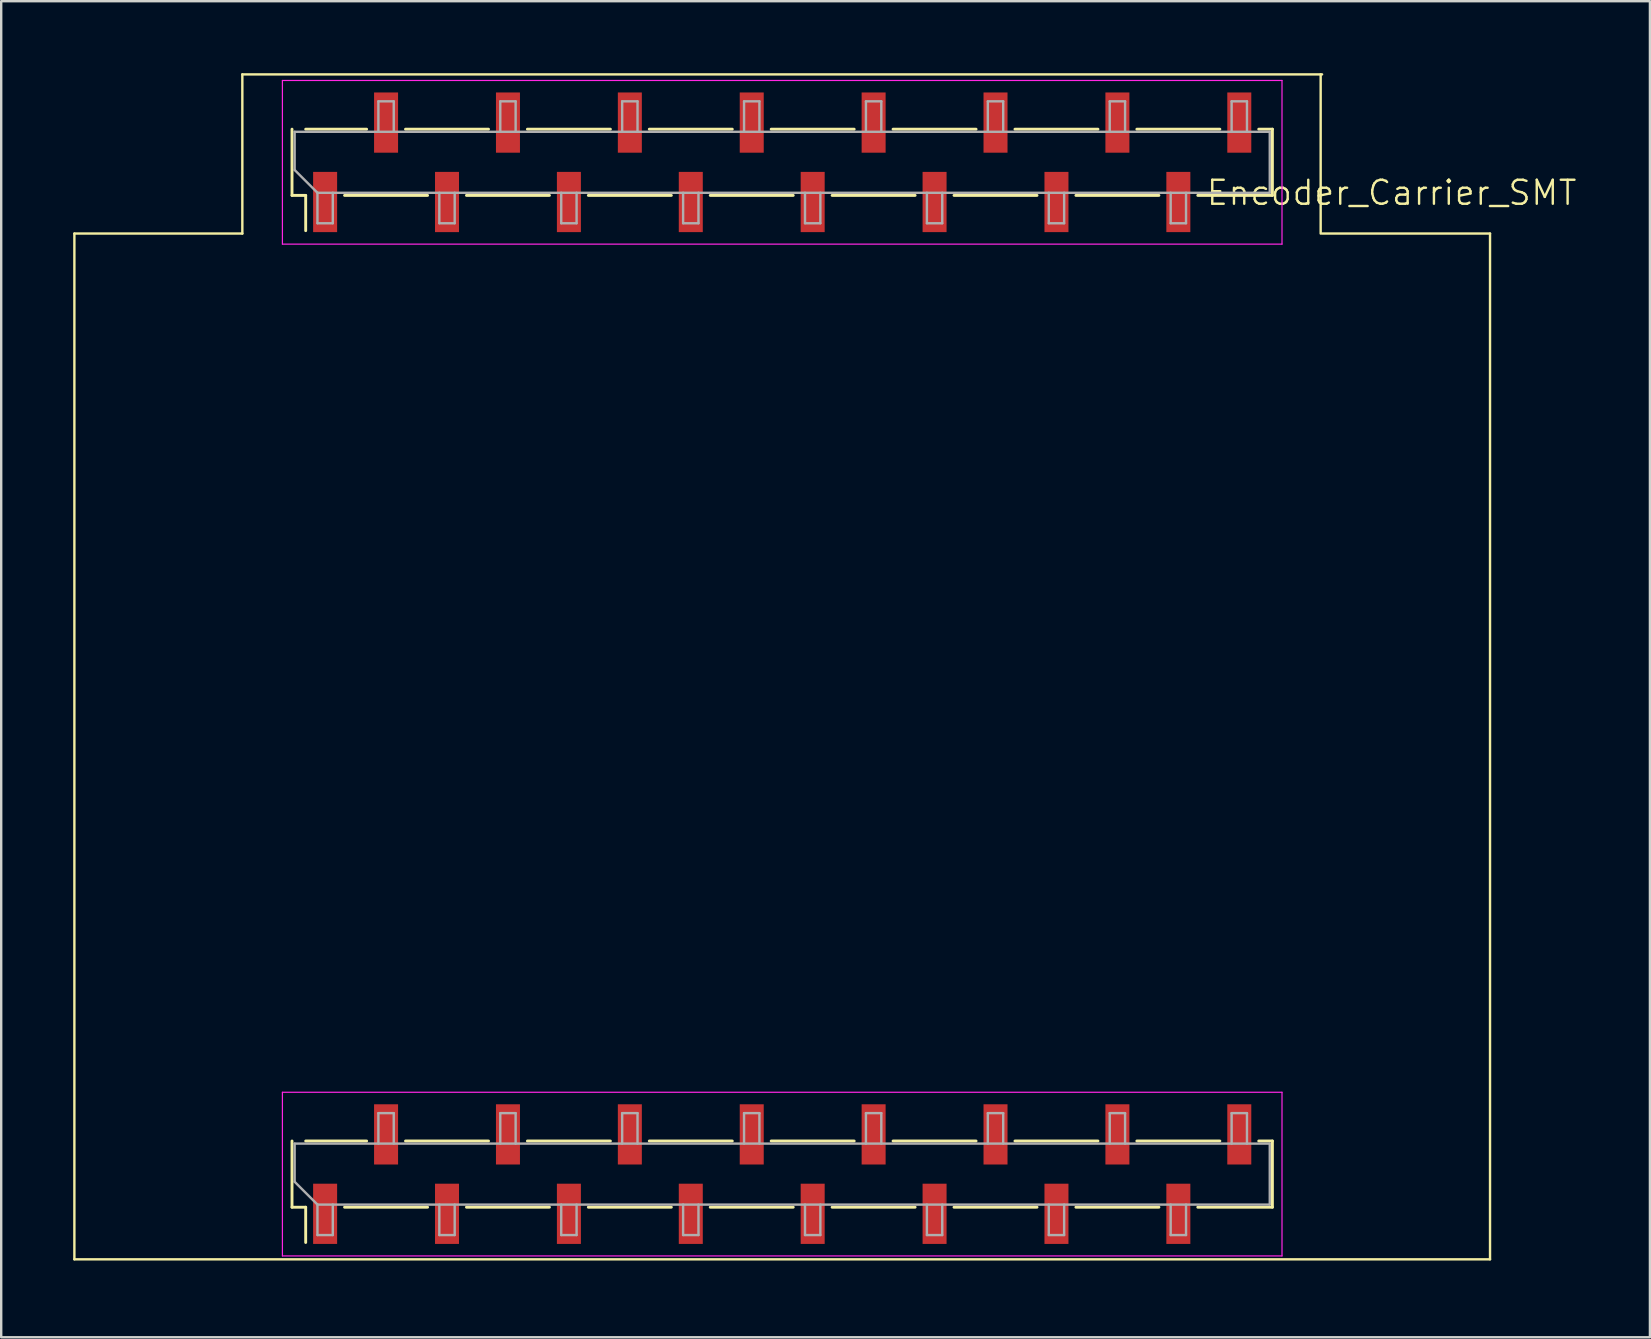
<source format=kicad_pcb>
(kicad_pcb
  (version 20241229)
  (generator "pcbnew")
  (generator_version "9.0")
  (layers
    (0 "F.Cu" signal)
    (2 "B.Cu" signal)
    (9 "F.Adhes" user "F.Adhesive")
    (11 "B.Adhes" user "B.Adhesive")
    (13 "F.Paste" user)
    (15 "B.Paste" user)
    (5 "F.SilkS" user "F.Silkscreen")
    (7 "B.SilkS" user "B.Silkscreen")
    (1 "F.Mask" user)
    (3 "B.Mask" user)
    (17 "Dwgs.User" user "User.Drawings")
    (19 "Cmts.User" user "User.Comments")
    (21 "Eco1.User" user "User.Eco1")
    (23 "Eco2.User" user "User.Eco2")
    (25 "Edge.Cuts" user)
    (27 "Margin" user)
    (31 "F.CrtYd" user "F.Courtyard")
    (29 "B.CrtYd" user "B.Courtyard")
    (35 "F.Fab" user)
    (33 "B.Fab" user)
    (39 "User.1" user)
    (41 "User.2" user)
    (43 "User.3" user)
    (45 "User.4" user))
  (footprint "Encoder_Carrier_SMT"
    (layer "F.Cu")
    (at 29.55 49.434)
    (property "Reference" "Encoder_Carrier_SMT" (at 25.4 -44.45 0) (unlocked yes) (layer "F.SilkS") (effects (font (size 1 1) (thickness 0.1))))
    (fp_line (start -29.5 -42.75) (end -22.5 -42.75) (stroke (width 0.1) (type default)) (layer "F.SilkS"))
    (fp_line (start -29.5 0) (end -29.5 -42.75) (stroke (width 0.1) (type default)) (layer "F.SilkS"))
    (fp_line (start -29.5 0) (end 29.5 0) (stroke (width 0.1) (type default)) (layer "F.SilkS"))
    (fp_line (start -22.5 -42.75) (end -22.5 -49.384) (stroke (width 0.1) (type default)) (layer "F.SilkS"))
    (fp_line (start -20.43 -44.34) (end -20.43 -47.1) (stroke (width 0.12) (type solid)) (layer "F.SilkS"))
    (fp_line (start -20.43 -44.34) (end -19.86 -44.34) (stroke (width 0.12) (type solid)) (layer "F.SilkS"))
    (fp_line (start -20.43 -2.171) (end -20.43 -4.931) (stroke (width 0.12) (type solid)) (layer "F.SilkS"))
    (fp_line (start -20.43 -2.171) (end -19.86 -2.171) (stroke (width 0.12) (type solid)) (layer "F.SilkS"))
    (fp_line (start -19.86 -47.1) (end -17.32 -47.1) (stroke (width 0.12) (type solid)) (layer "F.SilkS"))
    (fp_line (start -19.86 -44.34) (end -19.86 -42.87) (stroke (width 0.12) (type solid)) (layer "F.SilkS"))
    (fp_line (start -19.86 -4.931) (end -17.32 -4.931) (stroke (width 0.12) (type solid)) (layer "F.SilkS"))
    (fp_line (start -19.86 -2.171) (end -19.86 -0.701) (stroke (width 0.12) (type solid)) (layer "F.SilkS"))
    (fp_line (start -18.24 -44.34) (end -14.78 -44.34) (stroke (width 0.12) (type solid)) (layer "F.SilkS"))
    (fp_line (start -18.24 -2.171) (end -14.78 -2.171) (stroke (width 0.12) (type solid)) (layer "F.SilkS"))
    (fp_line (start -15.7 -47.1) (end -12.24 -47.1) (stroke (width 0.12) (type solid)) (layer "F.SilkS"))
    (fp_line (start -15.7 -4.931) (end -12.24 -4.931) (stroke (width 0.12) (type solid)) (layer "F.SilkS"))
    (fp_line (start -13.16 -44.34) (end -9.7 -44.34) (stroke (width 0.12) (type solid)) (layer "F.SilkS"))
    (fp_line (start -13.16 -2.171) (end -9.7 -2.171) (stroke (width 0.12) (type solid)) (layer "F.SilkS"))
    (fp_line (start -10.62 -47.1) (end -7.16 -47.1) (stroke (width 0.12) (type solid)) (layer "F.SilkS"))
    (fp_line (start -10.62 -4.931) (end -7.16 -4.931) (stroke (width 0.12) (type solid)) (layer "F.SilkS"))
    (fp_line (start -8.08 -44.34) (end -4.62 -44.34) (stroke (width 0.12) (type solid)) (layer "F.SilkS"))
    (fp_line (start -8.08 -2.171) (end -4.62 -2.171) (stroke (width 0.12) (type solid)) (layer "F.SilkS"))
    (fp_line (start -5.54 -47.1) (end -2.08 -47.1) (stroke (width 0.12) (type solid)) (layer "F.SilkS"))
    (fp_line (start -5.54 -4.931) (end -2.08 -4.931) (stroke (width 0.12) (type solid)) (layer "F.SilkS"))
    (fp_line (start -3 -44.34) (end 0.46 -44.34) (stroke (width 0.12) (type solid)) (layer "F.SilkS"))
    (fp_line (start -3 -2.171) (end 0.46 -2.171) (stroke (width 0.12) (type solid)) (layer "F.SilkS"))
    (fp_line (start -0.46 -47.1) (end 3 -47.1) (stroke (width 0.12) (type solid)) (layer "F.SilkS"))
    (fp_line (start -0.46 -4.931) (end 3 -4.931) (stroke (width 0.12) (type solid)) (layer "F.SilkS"))
    (fp_line (start 2.08 -44.34) (end 5.54 -44.34) (stroke (width 0.12) (type solid)) (layer "F.SilkS"))
    (fp_line (start 2.08 -2.171) (end 5.54 -2.171) (stroke (width 0.12) (type solid)) (layer "F.SilkS"))
    (fp_line (start 4.62 -47.1) (end 8.08 -47.1) (stroke (width 0.12) (type solid)) (layer "F.SilkS"))
    (fp_line (start 4.62 -4.931) (end 8.08 -4.931) (stroke (width 0.12) (type solid)) (layer "F.SilkS"))
    (fp_line (start 7.16 -44.34) (end 10.62 -44.34) (stroke (width 0.12) (type solid)) (layer "F.SilkS"))
    (fp_line (start 7.16 -2.171) (end 10.62 -2.171) (stroke (width 0.12) (type solid)) (layer "F.SilkS"))
    (fp_line (start 9.7 -47.1) (end 13.16 -47.1) (stroke (width 0.12) (type solid)) (layer "F.SilkS"))
    (fp_line (start 9.7 -4.931) (end 13.16 -4.931) (stroke (width 0.12) (type solid)) (layer "F.SilkS"))
    (fp_line (start 12.24 -44.34) (end 15.7 -44.34) (stroke (width 0.12) (type solid)) (layer "F.SilkS"))
    (fp_line (start 12.24 -2.171) (end 15.7 -2.171) (stroke (width 0.12) (type solid)) (layer "F.SilkS"))
    (fp_line (start 14.78 -47.1) (end 18.24 -47.1) (stroke (width 0.12) (type solid)) (layer "F.SilkS"))
    (fp_line (start 14.78 -4.931) (end 18.24 -4.931) (stroke (width 0.12) (type solid)) (layer "F.SilkS"))
    (fp_line (start 17.32 -44.34) (end 20.43 -44.34) (stroke (width 0.12) (type solid)) (layer "F.SilkS"))
    (fp_line (start 17.32 -2.171) (end 20.43 -2.171) (stroke (width 0.12) (type solid)) (layer "F.SilkS"))
    (fp_line (start 19.86 -47.1) (end 20.43 -47.1) (stroke (width 0.12) (type solid)) (layer "F.SilkS"))
    (fp_line (start 19.86 -4.931) (end 20.43 -4.931) (stroke (width 0.12) (type solid)) (layer "F.SilkS"))
    (fp_line (start 20.43 -44.34) (end 20.43 -47.1) (stroke (width 0.12) (type solid)) (layer "F.SilkS"))
    (fp_line (start 20.43 -2.171) (end 20.43 -4.931) (stroke (width 0.12) (type solid)) (layer "F.SilkS"))
    (fp_line (start 22.441 -49.384) (end 22.441 -42.75) (stroke (width 0.1) (type default)) (layer "F.SilkS"))
    (fp_line (start 22.5 -49.384) (end -22.5 -49.384) (stroke (width 0.1) (type default)) (layer "F.SilkS"))
    (fp_line (start 22.5 -42.75) (end 29.5 -42.75) (stroke (width 0.1) (type default)) (layer "F.SilkS"))
    (fp_line (start 29.5 -42.75) (end 29.5 0) (stroke (width 0.1) (type default)) (layer "F.SilkS"))
    (fp_line (start -20.83 -49.13) (end -20.83 -42.31) (stroke (width 0.05) (type solid)) (layer "F.CrtYd"))
    (fp_line (start -20.83 -42.31) (end 20.83 -42.31) (stroke (width 0.05) (type solid)) (layer "F.CrtYd"))
    (fp_line (start -20.83 -6.961) (end -20.83 -0.141) (stroke (width 0.05) (type solid)) (layer "F.CrtYd"))
    (fp_line (start -20.83 -0.141) (end 20.83 -0.141) (stroke (width 0.05) (type solid)) (layer "F.CrtYd"))
    (fp_line (start 20.83 -49.13) (end -20.83 -49.13) (stroke (width 0.05) (type solid)) (layer "F.CrtYd"))
    (fp_line (start 20.83 -42.31) (end 20.83 -49.13) (stroke (width 0.05) (type solid)) (layer "F.CrtYd"))
    (fp_line (start 20.83 -6.961) (end -20.83 -6.961) (stroke (width 0.05) (type solid)) (layer "F.CrtYd"))
    (fp_line (start 20.83 -0.141) (end 20.83 -6.961) (stroke (width 0.05) (type solid)) (layer "F.CrtYd"))
    (fp_line (start -20.32 -46.99) (end 20.32 -46.99) (stroke (width 0.1) (type solid)) (layer "F.Fab"))
    (fp_line (start -20.32 -45.4) (end -20.32 -46.99) (stroke (width 0.1) (type solid)) (layer "F.Fab"))
    (fp_line (start -20.32 -4.821) (end 20.32 -4.821) (stroke (width 0.1) (type solid)) (layer "F.Fab"))
    (fp_line (start -20.32 -3.231) (end -20.32 -4.821) (stroke (width 0.1) (type solid)) (layer "F.Fab"))
    (fp_line (start -19.37 -44.45) (end -20.32 -45.4) (stroke (width 0.1) (type solid)) (layer "F.Fab"))
    (fp_line (start -19.37 -44.45) (end -19.37 -43.18) (stroke (width 0.1) (type solid)) (layer "F.Fab"))
    (fp_line (start -19.37 -43.18) (end -18.73 -43.18) (stroke (width 0.1) (type solid)) (layer "F.Fab"))
    (fp_line (start -19.37 -2.281) (end -20.32 -3.231) (stroke (width 0.1) (type solid)) (layer "F.Fab"))
    (fp_line (start -19.37 -2.281) (end -19.37 -1.011) (stroke (width 0.1) (type solid)) (layer "F.Fab"))
    (fp_line (start -19.37 -1.011) (end -18.73 -1.011) (stroke (width 0.1) (type solid)) (layer "F.Fab"))
    (fp_line (start -18.73 -43.18) (end -18.73 -44.45) (stroke (width 0.1) (type solid)) (layer "F.Fab"))
    (fp_line (start -18.73 -1.011) (end -18.73 -2.281) (stroke (width 0.1) (type solid)) (layer "F.Fab"))
    (fp_line (start -16.83 -48.26) (end -16.19 -48.26) (stroke (width 0.1) (type solid)) (layer "F.Fab"))
    (fp_line (start -16.83 -46.99) (end -16.83 -48.26) (stroke (width 0.1) (type solid)) (layer "F.Fab"))
    (fp_line (start -16.83 -6.091) (end -16.19 -6.091) (stroke (width 0.1) (type solid)) (layer "F.Fab"))
    (fp_line (start -16.83 -4.821) (end -16.83 -6.091) (stroke (width 0.1) (type solid)) (layer "F.Fab"))
    (fp_line (start -16.19 -48.26) (end -16.19 -46.99) (stroke (width 0.1) (type solid)) (layer "F.Fab"))
    (fp_line (start -16.19 -6.091) (end -16.19 -4.821) (stroke (width 0.1) (type solid)) (layer "F.Fab"))
    (fp_line (start -14.29 -44.45) (end -14.29 -43.18) (stroke (width 0.1) (type solid)) (layer "F.Fab"))
    (fp_line (start -14.29 -43.18) (end -13.65 -43.18) (stroke (width 0.1) (type solid)) (layer "F.Fab"))
    (fp_line (start -14.29 -2.281) (end -14.29 -1.011) (stroke (width 0.1) (type solid)) (layer "F.Fab"))
    (fp_line (start -14.29 -1.011) (end -13.65 -1.011) (stroke (width 0.1) (type solid)) (layer "F.Fab"))
    (fp_line (start -13.65 -43.18) (end -13.65 -44.45) (stroke (width 0.1) (type solid)) (layer "F.Fab"))
    (fp_line (start -13.65 -1.011) (end -13.65 -2.281) (stroke (width 0.1) (type solid)) (layer "F.Fab"))
    (fp_line (start -11.75 -48.26) (end -11.11 -48.26) (stroke (width 0.1) (type solid)) (layer "F.Fab"))
    (fp_line (start -11.75 -46.99) (end -11.75 -48.26) (stroke (width 0.1) (type solid)) (layer "F.Fab"))
    (fp_line (start -11.75 -6.091) (end -11.11 -6.091) (stroke (width 0.1) (type solid)) (layer "F.Fab"))
    (fp_line (start -11.75 -4.821) (end -11.75 -6.091) (stroke (width 0.1) (type solid)) (layer "F.Fab"))
    (fp_line (start -11.11 -48.26) (end -11.11 -46.99) (stroke (width 0.1) (type solid)) (layer "F.Fab"))
    (fp_line (start -11.11 -6.091) (end -11.11 -4.821) (stroke (width 0.1) (type solid)) (layer "F.Fab"))
    (fp_line (start -9.21 -44.45) (end -9.21 -43.18) (stroke (width 0.1) (type solid)) (layer "F.Fab"))
    (fp_line (start -9.21 -43.18) (end -8.57 -43.18) (stroke (width 0.1) (type solid)) (layer "F.Fab"))
    (fp_line (start -9.21 -2.281) (end -9.21 -1.011) (stroke (width 0.1) (type solid)) (layer "F.Fab"))
    (fp_line (start -9.21 -1.011) (end -8.57 -1.011) (stroke (width 0.1) (type solid)) (layer "F.Fab"))
    (fp_line (start -8.57 -43.18) (end -8.57 -44.45) (stroke (width 0.1) (type solid)) (layer "F.Fab"))
    (fp_line (start -8.57 -1.011) (end -8.57 -2.281) (stroke (width 0.1) (type solid)) (layer "F.Fab"))
    (fp_line (start -6.67 -48.26) (end -6.03 -48.26) (stroke (width 0.1) (type solid)) (layer "F.Fab"))
    (fp_line (start -6.67 -46.99) (end -6.67 -48.26) (stroke (width 0.1) (type solid)) (layer "F.Fab"))
    (fp_line (start -6.67 -6.091) (end -6.03 -6.091) (stroke (width 0.1) (type solid)) (layer "F.Fab"))
    (fp_line (start -6.67 -4.821) (end -6.67 -6.091) (stroke (width 0.1) (type solid)) (layer "F.Fab"))
    (fp_line (start -6.03 -48.26) (end -6.03 -46.99) (stroke (width 0.1) (type solid)) (layer "F.Fab"))
    (fp_line (start -6.03 -6.091) (end -6.03 -4.821) (stroke (width 0.1) (type solid)) (layer "F.Fab"))
    (fp_line (start -4.13 -44.45) (end -4.13 -43.18) (stroke (width 0.1) (type solid)) (layer "F.Fab"))
    (fp_line (start -4.13 -43.18) (end -3.49 -43.18) (stroke (width 0.1) (type solid)) (layer "F.Fab"))
    (fp_line (start -4.13 -2.281) (end -4.13 -1.011) (stroke (width 0.1) (type solid)) (layer "F.Fab"))
    (fp_line (start -4.13 -1.011) (end -3.49 -1.011) (stroke (width 0.1) (type solid)) (layer "F.Fab"))
    (fp_line (start -3.49 -43.18) (end -3.49 -44.45) (stroke (width 0.1) (type solid)) (layer "F.Fab"))
    (fp_line (start -3.49 -1.011) (end -3.49 -2.281) (stroke (width 0.1) (type solid)) (layer "F.Fab"))
    (fp_line (start -1.59 -48.26) (end -0.95 -48.26) (stroke (width 0.1) (type solid)) (layer "F.Fab"))
    (fp_line (start -1.59 -46.99) (end -1.59 -48.26) (stroke (width 0.1) (type solid)) (layer "F.Fab"))
    (fp_line (start -1.59 -6.091) (end -0.95 -6.091) (stroke (width 0.1) (type solid)) (layer "F.Fab"))
    (fp_line (start -1.59 -4.821) (end -1.59 -6.091) (stroke (width 0.1) (type solid)) (layer "F.Fab"))
    (fp_line (start -0.95 -48.26) (end -0.95 -46.99) (stroke (width 0.1) (type solid)) (layer "F.Fab"))
    (fp_line (start -0.95 -6.091) (end -0.95 -4.821) (stroke (width 0.1) (type solid)) (layer "F.Fab"))
    (fp_line (start 0.95 -44.45) (end 0.95 -43.18) (stroke (width 0.1) (type solid)) (layer "F.Fab"))
    (fp_line (start 0.95 -43.18) (end 1.59 -43.18) (stroke (width 0.1) (type solid)) (layer "F.Fab"))
    (fp_line (start 0.95 -2.281) (end 0.95 -1.011) (stroke (width 0.1) (type solid)) (layer "F.Fab"))
    (fp_line (start 0.95 -1.011) (end 1.59 -1.011) (stroke (width 0.1) (type solid)) (layer "F.Fab"))
    (fp_line (start 1.59 -43.18) (end 1.59 -44.45) (stroke (width 0.1) (type solid)) (layer "F.Fab"))
    (fp_line (start 1.59 -1.011) (end 1.59 -2.281) (stroke (width 0.1) (type solid)) (layer "F.Fab"))
    (fp_line (start 3.49 -48.26) (end 4.13 -48.26) (stroke (width 0.1) (type solid)) (layer "F.Fab"))
    (fp_line (start 3.49 -46.99) (end 3.49 -48.26) (stroke (width 0.1) (type solid)) (layer "F.Fab"))
    (fp_line (start 3.49 -6.091) (end 4.13 -6.091) (stroke (width 0.1) (type solid)) (layer "F.Fab"))
    (fp_line (start 3.49 -4.821) (end 3.49 -6.091) (stroke (width 0.1) (type solid)) (layer "F.Fab"))
    (fp_line (start 4.13 -48.26) (end 4.13 -46.99) (stroke (width 0.1) (type solid)) (layer "F.Fab"))
    (fp_line (start 4.13 -6.091) (end 4.13 -4.821) (stroke (width 0.1) (type solid)) (layer "F.Fab"))
    (fp_line (start 6.03 -44.45) (end 6.03 -43.18) (stroke (width 0.1) (type solid)) (layer "F.Fab"))
    (fp_line (start 6.03 -43.18) (end 6.67 -43.18) (stroke (width 0.1) (type solid)) (layer "F.Fab"))
    (fp_line (start 6.03 -2.281) (end 6.03 -1.011) (stroke (width 0.1) (type solid)) (layer "F.Fab"))
    (fp_line (start 6.03 -1.011) (end 6.67 -1.011) (stroke (width 0.1) (type solid)) (layer "F.Fab"))
    (fp_line (start 6.67 -43.18) (end 6.67 -44.45) (stroke (width 0.1) (type solid)) (layer "F.Fab"))
    (fp_line (start 6.67 -1.011) (end 6.67 -2.281) (stroke (width 0.1) (type solid)) (layer "F.Fab"))
    (fp_line (start 8.57 -48.26) (end 9.21 -48.26) (stroke (width 0.1) (type solid)) (layer "F.Fab"))
    (fp_line (start 8.57 -46.99) (end 8.57 -48.26) (stroke (width 0.1) (type solid)) (layer "F.Fab"))
    (fp_line (start 8.57 -6.091) (end 9.21 -6.091) (stroke (width 0.1) (type solid)) (layer "F.Fab"))
    (fp_line (start 8.57 -4.821) (end 8.57 -6.091) (stroke (width 0.1) (type solid)) (layer "F.Fab"))
    (fp_line (start 9.21 -48.26) (end 9.21 -46.99) (stroke (width 0.1) (type solid)) (layer "F.Fab"))
    (fp_line (start 9.21 -6.091) (end 9.21 -4.821) (stroke (width 0.1) (type solid)) (layer "F.Fab"))
    (fp_line (start 11.11 -44.45) (end 11.11 -43.18) (stroke (width 0.1) (type solid)) (layer "F.Fab"))
    (fp_line (start 11.11 -43.18) (end 11.75 -43.18) (stroke (width 0.1) (type solid)) (layer "F.Fab"))
    (fp_line (start 11.11 -2.281) (end 11.11 -1.011) (stroke (width 0.1) (type solid)) (layer "F.Fab"))
    (fp_line (start 11.11 -1.011) (end 11.75 -1.011) (stroke (width 0.1) (type solid)) (layer "F.Fab"))
    (fp_line (start 11.75 -43.18) (end 11.75 -44.45) (stroke (width 0.1) (type solid)) (layer "F.Fab"))
    (fp_line (start 11.75 -1.011) (end 11.75 -2.281) (stroke (width 0.1) (type solid)) (layer "F.Fab"))
    (fp_line (start 13.65 -48.26) (end 14.29 -48.26) (stroke (width 0.1) (type solid)) (layer "F.Fab"))
    (fp_line (start 13.65 -46.99) (end 13.65 -48.26) (stroke (width 0.1) (type solid)) (layer "F.Fab"))
    (fp_line (start 13.65 -6.091) (end 14.29 -6.091) (stroke (width 0.1) (type solid)) (layer "F.Fab"))
    (fp_line (start 13.65 -4.821) (end 13.65 -6.091) (stroke (width 0.1) (type solid)) (layer "F.Fab"))
    (fp_line (start 14.29 -48.26) (end 14.29 -46.99) (stroke (width 0.1) (type solid)) (layer "F.Fab"))
    (fp_line (start 14.29 -6.091) (end 14.29 -4.821) (stroke (width 0.1) (type solid)) (layer "F.Fab"))
    (fp_line (start 16.19 -44.45) (end 16.19 -43.18) (stroke (width 0.1) (type solid)) (layer "F.Fab"))
    (fp_line (start 16.19 -43.18) (end 16.83 -43.18) (stroke (width 0.1) (type solid)) (layer "F.Fab"))
    (fp_line (start 16.19 -2.281) (end 16.19 -1.011) (stroke (width 0.1) (type solid)) (layer "F.Fab"))
    (fp_line (start 16.19 -1.011) (end 16.83 -1.011) (stroke (width 0.1) (type solid)) (layer "F.Fab"))
    (fp_line (start 16.83 -43.18) (end 16.83 -44.45) (stroke (width 0.1) (type solid)) (layer "F.Fab"))
    (fp_line (start 16.83 -1.011) (end 16.83 -2.281) (stroke (width 0.1) (type solid)) (layer "F.Fab"))
    (fp_line (start 18.73 -48.26) (end 19.37 -48.26) (stroke (width 0.1) (type solid)) (layer "F.Fab"))
    (fp_line (start 18.73 -46.99) (end 18.73 -48.26) (stroke (width 0.1) (type solid)) (layer "F.Fab"))
    (fp_line (start 18.73 -6.091) (end 19.37 -6.091) (stroke (width 0.1) (type solid)) (layer "F.Fab"))
    (fp_line (start 18.73 -4.821) (end 18.73 -6.091) (stroke (width 0.1) (type solid)) (layer "F.Fab"))
    (fp_line (start 19.37 -48.26) (end 19.37 -46.99) (stroke (width 0.1) (type solid)) (layer "F.Fab"))
    (fp_line (start 19.37 -6.091) (end 19.37 -4.821) (stroke (width 0.1) (type solid)) (layer "F.Fab"))
    (fp_line (start 20.32 -46.99) (end 20.32 -44.45) (stroke (width 0.1) (type solid)) (layer "F.Fab"))
    (fp_line (start 20.32 -44.45) (end -19.37 -44.45) (stroke (width 0.1) (type solid)) (layer "F.Fab"))
    (fp_line (start 20.32 -4.821) (end 20.32 -2.281) (stroke (width 0.1) (type solid)) (layer "F.Fab"))
    (fp_line (start 20.32 -2.281) (end -19.37 -2.281) (stroke (width 0.1) (type solid)) (layer "F.Fab"))
    (pad "1" smd rect (at -19.05 -44.065 90) (size 2.51 1) (layers "F.Cu" "F.Mask" "F.Paste"))
    (pad "2" smd rect (at -16.51 -47.375 90) (size 2.51 1) (layers "F.Cu" "F.Mask" "F.Paste"))
    (pad "3" smd rect (at -13.97 -44.065 90) (size 2.51 1) (layers "F.Cu" "F.Mask" "F.Paste"))
    (pad "4" smd rect (at -11.43 -47.375 90) (size 2.51 1) (layers "F.Cu" "F.Mask" "F.Paste"))
    (pad "5" smd rect (at -8.89 -44.065 90) (size 2.51 1) (layers "F.Cu" "F.Mask" "F.Paste"))
    (pad "6" smd rect (at -6.35 -47.375 90) (size 2.51 1) (layers "F.Cu" "F.Mask" "F.Paste"))
    (pad "7" smd rect (at -3.81 -44.065 90) (size 2.51 1) (layers "F.Cu" "F.Mask" "F.Paste"))
    (pad "8" smd rect (at -1.27 -47.375 90) (size 2.51 1) (layers "F.Cu" "F.Mask" "F.Paste"))
    (pad "9" smd rect (at 1.27 -44.065 90) (size 2.51 1) (layers "F.Cu" "F.Mask" "F.Paste"))
    (pad "10" smd rect (at 3.81 -47.375 90) (size 2.51 1) (layers "F.Cu" "F.Mask" "F.Paste"))
    (pad "11" smd rect (at 6.35 -44.065 90) (size 2.51 1) (layers "F.Cu" "F.Mask" "F.Paste"))
    (pad "12" smd rect (at 8.89 -47.375 90) (size 2.51 1) (layers "F.Cu" "F.Mask" "F.Paste"))
    (pad "13" smd rect (at 11.43 -44.065 90) (size 2.51 1) (layers "F.Cu" "F.Mask" "F.Paste"))
    (pad "14" smd rect (at 13.97 -47.375 90) (size 2.51 1) (layers "F.Cu" "F.Mask" "F.Paste"))
    (pad "15" smd rect (at 16.51 -44.065 90) (size 2.51 1) (layers "F.Cu" "F.Mask" "F.Paste"))
    (pad "16" smd rect (at 19.05 -47.375 90) (size 2.51 1) (layers "F.Cu" "F.Mask" "F.Paste"))
    (pad "17" smd rect (at -19.05 -1.896 90) (size 2.51 1) (layers "F.Cu" "F.Mask" "F.Paste"))
    (pad "18" smd rect (at -16.51 -5.206 90) (size 2.51 1) (layers "F.Cu" "F.Mask" "F.Paste"))
    (pad "19" smd rect (at -13.97 -1.896 90) (size 2.51 1) (layers "F.Cu" "F.Mask" "F.Paste"))
    (pad "20" smd rect (at -11.43 -5.206 90) (size 2.51 1) (layers "F.Cu" "F.Mask" "F.Paste"))
    (pad "21" smd rect (at -8.89 -1.896 90) (size 2.51 1) (layers "F.Cu" "F.Mask" "F.Paste"))
    (pad "22" smd rect (at -6.35 -5.206 90) (size 2.51 1) (layers "F.Cu" "F.Mask" "F.Paste"))
    (pad "23" smd rect (at -3.81 -1.896 90) (size 2.51 1) (layers "F.Cu" "F.Mask" "F.Paste"))
    (pad "24" smd rect (at -1.27 -5.206 90) (size 2.51 1) (layers "F.Cu" "F.Mask" "F.Paste"))
    (pad "25" smd rect (at 1.27 -1.896 90) (size 2.51 1) (layers "F.Cu" "F.Mask" "F.Paste"))
    (pad "26" smd rect (at 3.81 -5.206 90) (size 2.51 1) (layers "F.Cu" "F.Mask" "F.Paste"))
    (pad "27" smd rect (at 6.35 -1.896 90) (size 2.51 1) (layers "F.Cu" "F.Mask" "F.Paste"))
    (pad "28" smd rect (at 8.89 -5.206 90) (size 2.51 1) (layers "F.Cu" "F.Mask" "F.Paste"))
    (pad "29" smd rect (at 11.43 -1.896 90) (size 2.51 1) (layers "F.Cu" "F.Mask" "F.Paste"))
    (pad "30" smd rect (at 13.97 -5.206 90) (size 2.51 1) (layers "F.Cu" "F.Mask" "F.Paste"))
    (pad "31" smd rect (at 16.51 -1.896 90) (size 2.51 1) (layers "F.Cu" "F.Mask" "F.Paste"))
    (pad "32" smd rect (at 19.05 -5.206 90) (size 2.51 1) (layers "F.Cu" "F.Mask" "F.Paste")))
  (gr_rect
    (start -3 -3)
    (end 65.714 52.684)
    (stroke (width 0.1) (type default))
    (fill no)
    (layer "Edge.Cuts")))
</source>
